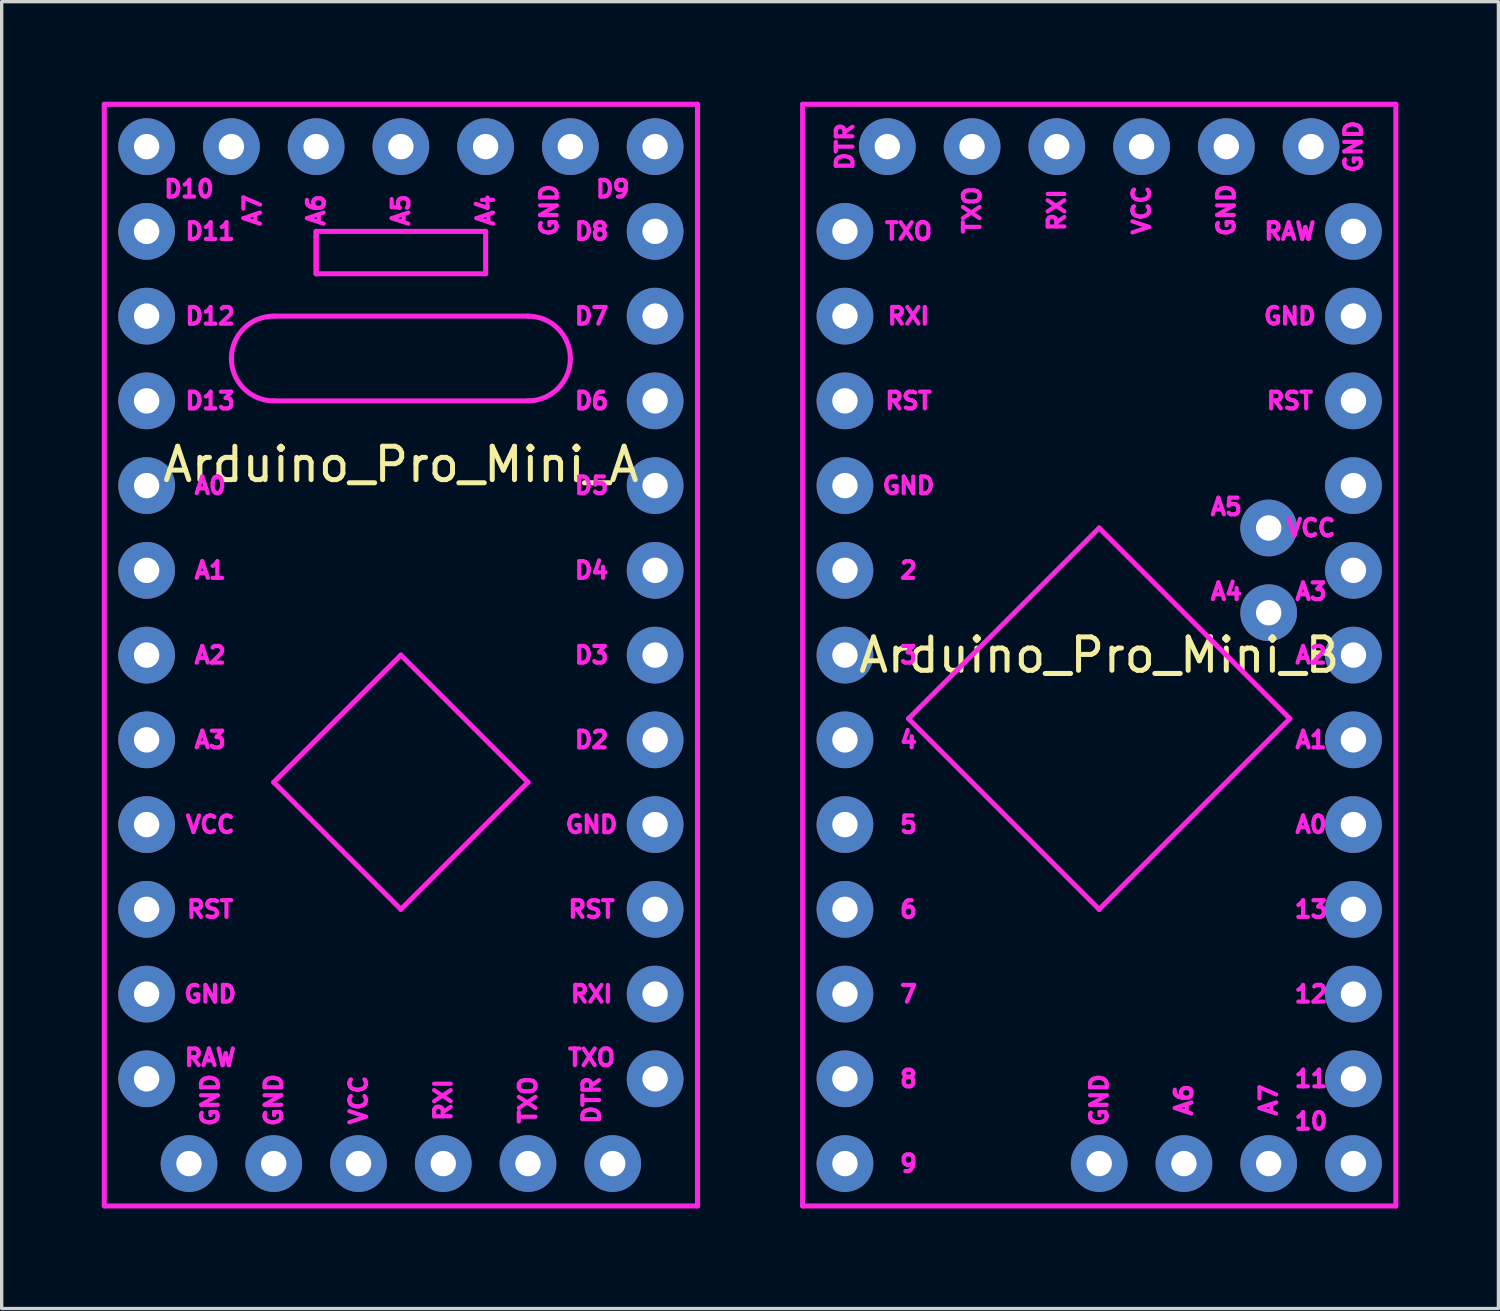
<source format=kicad_pcb>
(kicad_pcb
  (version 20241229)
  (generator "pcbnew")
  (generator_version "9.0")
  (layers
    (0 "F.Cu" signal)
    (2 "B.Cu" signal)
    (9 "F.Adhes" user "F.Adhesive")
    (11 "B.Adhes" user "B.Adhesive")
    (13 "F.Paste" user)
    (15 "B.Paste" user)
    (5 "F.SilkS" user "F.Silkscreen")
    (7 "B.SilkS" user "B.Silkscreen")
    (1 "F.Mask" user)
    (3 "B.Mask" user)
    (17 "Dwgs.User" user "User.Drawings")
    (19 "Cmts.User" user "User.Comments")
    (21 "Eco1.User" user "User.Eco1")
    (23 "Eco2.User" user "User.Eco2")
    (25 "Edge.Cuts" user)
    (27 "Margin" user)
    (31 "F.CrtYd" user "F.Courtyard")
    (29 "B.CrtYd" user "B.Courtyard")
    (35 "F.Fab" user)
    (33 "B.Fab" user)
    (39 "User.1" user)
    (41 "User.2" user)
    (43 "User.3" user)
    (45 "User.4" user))
  (footprint "Arduino_Pro_Mini_A"
    (layer "F.Cu")
    (at 1.345 29.285)
    (property "Reference" "Arduino_Pro_Mini_A" (at 7.62 -18.415 0) (layer "F.SilkS") (effects (font (size 1 1) (thickness 0.15))))
    (attr through_hole)
    (fp_line (start -1.27 -29.21) (end -1.27 3.81) (stroke (width 0.15) (type solid)) (layer "F.CrtYd"))
    (fp_line (start -1.27 3.81) (end 16.51 3.81) (stroke (width 0.15) (type solid)) (layer "F.CrtYd"))
    (fp_line (start 3.81 -22.86) (end 11.43 -22.86) (stroke (width 0.15) (type solid)) (layer "F.CrtYd"))
    (fp_line (start 3.81 -8.89) (end 7.62 -12.7) (stroke (width 0.15) (type solid)) (layer "F.CrtYd"))
    (fp_line (start 5.08 -25.4) (end 5.08 -24.13) (stroke (width 0.15) (type solid)) (layer "F.CrtYd"))
    (fp_line (start 5.08 -24.13) (end 5.08 -25.4) (stroke (width 0.15) (type solid)) (layer "F.CrtYd"))
    (fp_line (start 5.08 -24.13) (end 10.16 -24.13) (stroke (width 0.15) (type solid)) (layer "F.CrtYd"))
    (fp_line (start 7.62 -12.7) (end 11.43 -8.89) (stroke (width 0.15) (type solid)) (layer "F.CrtYd"))
    (fp_line (start 7.62 -5.08) (end 3.81 -8.89) (stroke (width 0.15) (type solid)) (layer "F.CrtYd"))
    (fp_line (start 10.16 -25.4) (end 5.08 -25.4) (stroke (width 0.15) (type solid)) (layer "F.CrtYd"))
    (fp_line (start 10.16 -24.13) (end 10.16 -25.4) (stroke (width 0.15) (type solid)) (layer "F.CrtYd"))
    (fp_line (start 11.43 -20.32) (end 3.81 -20.32) (stroke (width 0.15) (type solid)) (layer "F.CrtYd"))
    (fp_line (start 11.43 -8.89) (end 7.62 -5.08) (stroke (width 0.15) (type solid)) (layer "F.CrtYd"))
    (fp_line (start 16.51 -29.21) (end -1.27 -29.21) (stroke (width 0.15) (type solid)) (layer "F.CrtYd"))
    (fp_line (start 16.51 3.81) (end 16.51 -29.21) (stroke (width 0.15) (type solid)) (layer "F.CrtYd"))
    (fp_arc (start 2.54 -21.59) (mid 2.911974 -22.488026) (end 3.81 -22.86) (stroke (width 0.15) (type solid)) (layer "F.CrtYd"))
    (fp_arc (start 3.81 -20.32) (mid 2.911974 -20.691974) (end 2.54 -21.59) (stroke (width 0.15) (type solid)) (layer "F.CrtYd"))
    (fp_arc (start 11.43 -22.86) (mid 12.328026 -22.488026) (end 12.7 -21.59) (stroke (width 0.15) (type solid)) (layer "F.CrtYd"))
    (fp_arc (start 12.7 -21.59) (mid 12.328026 -20.691974) (end 11.43 -20.32) (stroke (width 0.15) (type solid)) (layer "F.CrtYd"))
    (fp_text user "D8" (at 13.335 -25.4 0) (layer "F.CrtYd") (effects (font (size 0.5 0.5) (thickness 0.125))))
    (fp_text user "D10" (at 1.27 -26.67 0) (layer "F.CrtYd") (effects (font (size 0.5 0.5) (thickness 0.125))))
    (fp_text user "A3" (at 1.905 -10.16 0) (layer "F.CrtYd") (effects (font (size 0.5 0.5) (thickness 0.125))))
    (fp_text user "TXO" (at 11.43 0.635 90) (layer "F.CrtYd") (effects (font (size 0.5 0.5) (thickness 0.125))))
    (fp_text user "A0" (at 1.905 -17.78 0) (layer "F.CrtYd") (effects (font (size 0.5 0.5) (thickness 0.125))))
    (fp_text user "A7" (at 3.175 -26.035 90) (layer "F.CrtYd") (effects (font (size 0.5 0.5) (thickness 0.125))))
    (fp_text user "D9" (at 13.97 -26.67 0) (layer "F.CrtYd") (effects (font (size 0.5 0.5) (thickness 0.125))))
    (fp_text user "D12" (at 1.905 -22.86 0) (layer "F.CrtYd") (effects (font (size 0.5 0.5) (thickness 0.125))))
    (fp_text user "D3" (at 13.335 -12.7 0) (layer "F.CrtYd") (effects (font (size 0.5 0.5) (thickness 0.125))))
    (fp_text user "GND" (at 12.065 -26.035 90) (layer "F.CrtYd") (effects (font (size 0.5 0.5) (thickness 0.125))))
    (fp_text user "GND" (at 3.81 0.635 90) (layer "F.CrtYd") (effects (font (size 0.5 0.5) (thickness 0.125))))
    (fp_text user "D13" (at 1.905 -20.32 0) (layer "F.CrtYd") (effects (font (size 0.5 0.5) (thickness 0.125))))
    (fp_text user "A6" (at 5.08 -26.035 90) (layer "F.CrtYd") (effects (font (size 0.5 0.5) (thickness 0.125))))
    (fp_text user "D5" (at 13.335 -17.78 0) (layer "F.CrtYd") (effects (font (size 0.5 0.5) (thickness 0.125))))
    (fp_text user "RXI" (at 8.89 0.635 90) (layer "F.CrtYd") (effects (font (size 0.5 0.5) (thickness 0.125))))
    (fp_text user "A1" (at 1.905 -15.24 0) (layer "F.CrtYd") (effects (font (size 0.5 0.5) (thickness 0.125))))
    (fp_text user "RXI" (at 13.335 -2.54 0) (layer "F.CrtYd") (effects (font (size 0.5 0.5) (thickness 0.125))))
    (fp_text user "D7" (at 13.335 -22.86 0) (layer "F.CrtYd") (effects (font (size 0.5 0.5) (thickness 0.125))))
    (fp_text user "A4" (at 10.16 -26.035 90) (layer "F.CrtYd") (effects (font (size 0.5 0.5) (thickness 0.125))))
    (fp_text user "GND" (at 1.905 -2.54 0) (layer "F.CrtYd") (effects (font (size 0.5 0.5) (thickness 0.125))))
    (fp_text user "GND" (at 13.335 -7.62 0) (layer "F.CrtYd") (effects (font (size 0.5 0.5) (thickness 0.125))))
    (fp_text user "RST" (at 1.905 -5.08 0) (layer "F.CrtYd") (effects (font (size 0.5 0.5) (thickness 0.125))))
    (fp_text user "D4" (at 13.335 -15.24 0) (layer "F.CrtYd") (effects (font (size 0.5 0.5) (thickness 0.125))))
    (fp_text user "DTR" (at 13.335 0.635 90) (layer "F.CrtYd") (effects (font (size 0.5 0.5) (thickness 0.125))))
    (fp_text user "TXO" (at 13.335 -0.635 0) (layer "F.CrtYd") (effects (font (size 0.5 0.5) (thickness 0.125))))
    (fp_text user "VCC" (at 1.905 -7.62 0) (layer "F.CrtYd") (effects (font (size 0.5 0.5) (thickness 0.125))))
    (fp_text user "A5" (at 7.62 -26.035 90) (layer "F.CrtYd") (effects (font (size 0.5 0.5) (thickness 0.125))))
    (fp_text user "VCC" (at 6.35 0.635 90) (layer "F.CrtYd") (effects (font (size 0.5 0.5) (thickness 0.125))))
    (fp_text user "D6" (at 13.335 -20.32 0) (layer "F.CrtYd") (effects (font (size 0.5 0.5) (thickness 0.125))))
    (fp_text user "D11" (at 1.905 -25.4 0) (layer "F.CrtYd") (effects (font (size 0.5 0.5) (thickness 0.125))))
    (fp_text user "GND" (at 1.905 0.635 90) (layer "F.CrtYd") (effects (font (size 0.5 0.5) (thickness 0.125))))
    (fp_text user "RAW" (at 1.905 -0.635 0) (layer "F.CrtYd") (effects (font (size 0.5 0.5) (thickness 0.125))))
    (fp_text user "D2" (at 13.335 -10.16 0) (layer "F.CrtYd") (effects (font (size 0.5 0.5) (thickness 0.125))))
    (fp_text user "RST" (at 13.335 -5.08 0) (layer "F.CrtYd") (effects (font (size 0.5 0.5) (thickness 0.125))))
    (fp_text user "A2" (at 1.905 -12.7 0) (layer "F.CrtYd") (effects (font (size 0.5 0.5) (thickness 0.125))))
    (pad "1" thru_hole circle (at 15.24 -27.94) (size 1.7 1.7) (drill 0.762) (layers "*.Cu" "*.Mask"))
    (pad "2" thru_hole circle (at 15.24 -25.4) (size 1.7 1.7) (drill 0.762) (layers "*.Cu" "*.Mask"))
    (pad "3" thru_hole circle (at 15.24 -22.86) (size 1.7 1.7) (drill 0.762) (layers "*.Cu" "*.Mask"))
    (pad "4" thru_hole circle (at 15.24 -20.32) (size 1.7 1.7) (drill 0.762) (layers "*.Cu" "*.Mask"))
    (pad "5" thru_hole circle (at 15.24 -17.78) (size 1.7 1.7) (drill 0.762) (layers "*.Cu" "*.Mask"))
    (pad "6" thru_hole circle (at 15.24 -15.24) (size 1.7 1.7) (drill 0.762) (layers "*.Cu" "*.Mask"))
    (pad "7" thru_hole circle (at 15.24 -12.7) (size 1.7 1.7) (drill 0.762) (layers "*.Cu" "*.Mask"))
    (pad "8" thru_hole circle (at 15.24 -10.16) (size 1.7 1.7) (drill 0.762) (layers "*.Cu" "*.Mask"))
    (pad "9" thru_hole circle (at 15.24 -7.62) (size 1.7 1.7) (drill 0.762) (layers "*.Cu" "*.Mask"))
    (pad "10" thru_hole circle (at 15.24 -5.08) (size 1.7 1.7) (drill 0.762) (layers "*.Cu" "*.Mask"))
    (pad "11" thru_hole circle (at 15.24 -2.54) (size 1.7 1.7) (drill 0.762) (layers "*.Cu" "*.Mask"))
    (pad "12" thru_hole circle (at 15.24 0) (size 1.7 1.7) (drill 0.762) (layers "*.Cu" "*.Mask"))
    (pad "13" thru_hole circle (at 0 0) (size 1.7 1.7) (drill 0.762) (layers "*.Cu" "*.Mask"))
    (pad "14" thru_hole circle (at 0 -2.54) (size 1.7 1.7) (drill 0.762) (layers "*.Cu" "*.Mask"))
    (pad "15" thru_hole circle (at 0 -5.08) (size 1.7 1.7) (drill 0.762) (layers "*.Cu" "*.Mask"))
    (pad "16" thru_hole circle (at 0 -7.62) (size 1.7 1.7) (drill 0.762) (layers "*.Cu" "*.Mask"))
    (pad "17" thru_hole circle (at 0 -10.16) (size 1.7 1.7) (drill 0.762) (layers "*.Cu" "*.Mask"))
    (pad "18" thru_hole circle (at 0 -12.7) (size 1.7 1.7) (drill 0.762) (layers "*.Cu" "*.Mask"))
    (pad "19" thru_hole circle (at 0 -15.24) (size 1.7 1.7) (drill 0.762) (layers "*.Cu" "*.Mask"))
    (pad "20" thru_hole circle (at 0 -17.78) (size 1.7 1.7) (drill 0.762) (layers "*.Cu" "*.Mask"))
    (pad "21" thru_hole circle (at 0 -20.32) (size 1.7 1.7) (drill 0.762) (layers "*.Cu" "*.Mask"))
    (pad "22" thru_hole circle (at 0 -22.86) (size 1.7 1.7) (drill 0.762) (layers "*.Cu" "*.Mask"))
    (pad "23" thru_hole circle (at 0 -25.4) (size 1.7 1.7) (drill 0.762) (layers "*.Cu" "*.Mask"))
    (pad "24" thru_hole circle (at 0 -27.94) (size 1.7 1.7) (drill 0.762) (layers "*.Cu" "*.Mask"))
    (pad "25" thru_hole circle (at 10.16 -27.94) (size 1.7 1.7) (drill 0.762) (layers "*.Cu" "*.Mask"))
    (pad "26" thru_hole circle (at 7.62 -27.94) (size 1.7 1.7) (drill 0.762) (layers "*.Cu" "*.Mask"))
    (pad "27" thru_hole circle (at 5.08 -27.94) (size 1.7 1.7) (drill 0.762) (layers "*.Cu" "*.Mask"))
    (pad "28" thru_hole circle (at 2.54 -27.94) (size 1.7 1.7) (drill 0.762) (layers "*.Cu" "*.Mask"))
    (pad "29" thru_hole circle (at 12.7 -27.94) (size 1.7 1.7) (drill 0.762) (layers "*.Cu" "*.Mask"))
    (pad "31" thru_hole circle (at 6.35 2.54) (size 1.7 1.7) (drill 0.762) (layers "*.Cu" "*.Mask"))
    (pad "32" thru_hole circle (at 8.89 2.54) (size 1.7 1.7) (drill 0.762) (layers "*.Cu" "*.Mask"))
    (pad "33" thru_hole circle (at 11.43 2.54) (size 1.7 1.7) (drill 0.762) (layers "*.Cu" "*.Mask"))
    (pad "34" thru_hole circle (at 13.97 2.54) (size 1.7 1.7) (drill 0.762) (layers "*.Cu" "*.Mask"))
    (pad "36" thru_hole circle (at 1.27 2.54) (size 1.7 1.7) (drill 0.762) (layers "*.Cu" "*.Mask"))
    (pad "36" thru_hole circle (at 3.81 2.54) (size 1.7 1.7) (drill 0.762) (layers "*.Cu" "*.Mask")))
  (footprint "Arduino_Pro_Mini_B"
    (layer "F.Cu")
    (at 22.275 31.825)
    (property "Reference" "Arduino_Pro_Mini_B" (at 7.62 -15.24 0) (layer "F.SilkS") (effects (font (size 1 1) (thickness 0.15))))
    (attr through_hole)
    (fp_line (start -1.27 -31.75) (end -1.27 1.27) (stroke (width 0.15) (type solid)) (layer "F.CrtYd"))
    (fp_line (start -1.27 1.27) (end 16.51 1.27) (stroke (width 0.15) (type solid)) (layer "F.CrtYd"))
    (fp_line (start 1.905 -13.335) (end 7.62 -7.62) (stroke (width 0.15) (type solid)) (layer "F.CrtYd"))
    (fp_line (start 7.62 -19.05) (end 1.905 -13.335) (stroke (width 0.15) (type solid)) (layer "F.CrtYd"))
    (fp_line (start 7.62 -7.62) (end 13.335 -13.335) (stroke (width 0.15) (type solid)) (layer "F.CrtYd"))
    (fp_line (start 13.335 -13.335) (end 7.62 -19.05) (stroke (width 0.15) (type solid)) (layer "F.CrtYd"))
    (fp_line (start 16.51 -31.75) (end -1.27 -31.75) (stroke (width 0.15) (type solid)) (layer "F.CrtYd"))
    (fp_line (start 16.51 1.27) (end 16.51 -31.75) (stroke (width 0.15) (type solid)) (layer "F.CrtYd"))
    (fp_text user "10" (at 13.97 -1.27 180) (layer "F.CrtYd") (effects (font (size 0.5 0.5) (thickness 0.125))))
    (fp_text user "RXI" (at 6.35 -28.575 90) (layer "F.CrtYd") (effects (font (size 0.5 0.5) (thickness 0.125))))
    (fp_text user "9" (at 1.905 0 0) (layer "F.CrtYd") (effects (font (size 0.5 0.5) (thickness 0.125))))
    (fp_text user "2" (at 1.905 -17.78 0) (layer "F.CrtYd") (effects (font (size 0.5 0.5) (thickness 0.125))))
    (fp_text user "11" (at 13.97 -2.54 180) (layer "F.CrtYd") (effects (font (size 0.5 0.5) (thickness 0.125))))
    (fp_text user "VCC" (at 8.89 -28.575 90) (layer "F.CrtYd") (effects (font (size 0.5 0.5) (thickness 0.125))))
    (fp_text user "5" (at 1.905 -10.16 0) (layer "F.CrtYd") (effects (font (size 0.5 0.5) (thickness 0.125))))
    (fp_text user "RST" (at 13.335 -22.86 0) (layer "F.CrtYd") (effects (font (size 0.5 0.5) (thickness 0.125))))
    (fp_text user "TXO" (at 3.81 -28.575 90) (layer "F.CrtYd") (effects (font (size 0.5 0.5) (thickness 0.125))))
    (fp_text user "GND" (at 11.43 -28.575 90) (layer "F.CrtYd") (effects (font (size 0.5 0.5) (thickness 0.125))))
    (fp_text user "A0" (at 13.97 -10.16 0) (layer "F.CrtYd") (effects (font (size 0.5 0.5) (thickness 0.125))))
    (fp_text user "A2" (at 13.97 -15.24 0) (layer "F.CrtYd") (effects (font (size 0.5 0.5) (thickness 0.125))))
    (fp_text user "3" (at 1.905 -15.24 0) (layer "F.CrtYd") (effects (font (size 0.5 0.5) (thickness 0.125))))
    (fp_text user "A1" (at 13.97 -12.7 0) (layer "F.CrtYd") (effects (font (size 0.5 0.5) (thickness 0.125))))
    (fp_text user "GND" (at 7.62 -1.905 90) (layer "F.CrtYd") (effects (font (size 0.5 0.5) (thickness 0.125))))
    (fp_text user "TXO" (at 1.905 -27.94 180) (layer "F.CrtYd") (effects (font (size 0.5 0.5) (thickness 0.125))))
    (fp_text user "A5" (at 11.43 -19.685 0) (layer "F.CrtYd") (effects (font (size 0.5 0.5) (thickness 0.125))))
    (fp_text user "4" (at 1.905 -12.7 0) (layer "F.CrtYd") (effects (font (size 0.5 0.5) (thickness 0.125))))
    (fp_text user "A4" (at 11.43 -17.145 0) (layer "F.CrtYd") (effects (font (size 0.5 0.5) (thickness 0.125))))
    (fp_text user "GND" (at 15.24 -30.48 90) (layer "F.CrtYd") (effects (font (size 0.5 0.5) (thickness 0.125))))
    (fp_text user "A6" (at 10.16 -1.905 90) (layer "F.CrtYd") (effects (font (size 0.5 0.5) (thickness 0.125))))
    (fp_text user "A7" (at 12.7 -1.905 90) (layer "F.CrtYd") (effects (font (size 0.5 0.5) (thickness 0.125))))
    (fp_text user "GND" (at 13.335 -25.4 0) (layer "F.CrtYd") (effects (font (size 0.5 0.5) (thickness 0.125))))
    (fp_text user "GND" (at 1.905 -20.32 0) (layer "F.CrtYd") (effects (font (size 0.5 0.5) (thickness 0.125))))
    (fp_text user "12" (at 13.97 -5.08 0) (layer "F.CrtYd") (effects (font (size 0.5 0.5) (thickness 0.125))))
    (fp_text user "7" (at 1.905 -5.08 0) (layer "F.CrtYd") (effects (font (size 0.5 0.5) (thickness 0.125))))
    (fp_text user "13" (at 13.97 -7.62 0) (layer "F.CrtYd") (effects (font (size 0.5 0.5) (thickness 0.125))))
    (fp_text user "RXI" (at 1.905 -25.4 180) (layer "F.CrtYd") (effects (font (size 0.5 0.5) (thickness 0.125))))
    (fp_text user "8" (at 1.905 -2.54 0) (layer "F.CrtYd") (effects (font (size 0.5 0.5) (thickness 0.125))))
    (fp_text user "A3" (at 13.97 -17.145 0) (layer "F.CrtYd") (effects (font (size 0.5 0.5) (thickness 0.125))))
    (fp_text user "VCC" (at 13.97 -19.05 0) (layer "F.CrtYd") (effects (font (size 0.5 0.5) (thickness 0.125))))
    (fp_text user "RST" (at 1.905 -22.86 0) (layer "F.CrtYd") (effects (font (size 0.5 0.5) (thickness 0.125))))
    (fp_text user "DTR" (at 0 -30.48 90) (layer "F.CrtYd") (effects (font (size 0.5 0.5) (thickness 0.125))))
    (fp_text user "RAW" (at 13.335 -27.94 0) (layer "F.CrtYd") (effects (font (size 0.5 0.5) (thickness 0.125))))
    (fp_text user "6" (at 1.905 -7.62 0) (layer "F.CrtYd") (effects (font (size 0.5 0.5) (thickness 0.125))))
    (pad "1" thru_hole circle (at 0 0) (size 1.7 1.7) (drill 0.762) (layers "*.Cu" "*.Mask"))
    (pad "2" thru_hole circle (at 0 -2.54) (size 1.7 1.7) (drill 0.762) (layers "*.Cu" "*.Mask"))
    (pad "2o" thru_hole circle (at 15.24 -10.16) (size 1.7 1.7) (drill 0.762) (layers "*.Cu" "*.Mask"))
    (pad "3" thru_hole circle (at 0 -5.08) (size 1.7 1.7) (drill 0.762) (layers "*.Cu" "*.Mask"))
    (pad "4" thru_hole circle (at 0 -7.62) (size 1.7 1.7) (drill 0.762) (layers "*.Cu" "*.Mask"))
    (pad "5" thru_hole circle (at 0 -10.16) (size 1.7 1.7) (drill 0.762) (layers "*.Cu" "*.Mask"))
    (pad "6" thru_hole circle (at 0 -12.7) (size 1.7 1.7) (drill 0.762) (layers "*.Cu" "*.Mask"))
    (pad "7" thru_hole circle (at 0 -15.24) (size 1.7 1.7) (drill 0.762) (layers "*.Cu" "*.Mask"))
    (pad "8" thru_hole circle (at 0 -17.78) (size 1.7 1.7) (drill 0.762) (layers "*.Cu" "*.Mask"))
    (pad "9" thru_hole circle (at 0 -20.32) (size 1.7 1.7) (drill 0.762) (layers "*.Cu" "*.Mask"))
    (pad "10" thru_hole circle (at 0 -22.86) (size 1.7 1.7) (drill 0.762) (layers "*.Cu" "*.Mask"))
    (pad "11" thru_hole circle (at 0 -25.4) (size 1.7 1.7) (drill 0.762) (layers "*.Cu" "*.Mask"))
    (pad "12" thru_hole circle (at 0 -27.94) (size 1.7 1.7) (drill 0.762) (layers "*.Cu" "*.Mask"))
    (pad "13" thru_hole circle (at 15.24 -27.94) (size 1.7 1.7) (drill 0.762) (layers "*.Cu" "*.Mask"))
    (pad "14" thru_hole circle (at 15.24 -25.4) (size 1.7 1.7) (drill 0.762) (layers "*.Cu" "*.Mask"))
    (pad "15" thru_hole circle (at 15.24 -22.86) (size 1.7 1.7) (drill 0.762) (layers "*.Cu" "*.Mask"))
    (pad "16" thru_hole circle (at 15.24 -20.32) (size 1.7 1.7) (drill 0.762) (layers "*.Cu" "*.Mask"))
    (pad "17" thru_hole circle (at 15.24 -17.78) (size 1.7 1.7) (drill 0.762) (layers "*.Cu" "*.Mask"))
    (pad "18" thru_hole circle (at 15.24 -15.24) (size 1.7 1.7) (drill 0.762) (layers "*.Cu" "*.Mask"))
    (pad "19" thru_hole circle (at 15.24 -12.7) (size 1.7 1.7) (drill 0.762) (layers "*.Cu" "*.Mask"))
    (pad "21" thru_hole circle (at 15.24 -7.62) (size 1.7 1.7) (drill 0.762) (layers "*.Cu" "*.Mask"))
    (pad "22" thru_hole circle (at 15.24 -5.08) (size 1.7 1.7) (drill 0.762) (layers "*.Cu" "*.Mask"))
    (pad "23" thru_hole circle (at 15.24 -2.54) (size 1.7 1.7) (drill 0.762) (layers "*.Cu" "*.Mask"))
    (pad "24" thru_hole circle (at 15.24 0) (size 1.7 1.7) (drill 0.762) (layers "*.Cu" "*.Mask"))
    (pad "25" thru_hole circle (at 12.7 -16.51) (size 1.7 1.7) (drill 0.762) (layers "*.Cu" "*.Mask"))
    (pad "26" thru_hole circle (at 12.7 -19.05) (size 1.7 1.7) (drill 0.762) (layers "*.Cu" "*.Mask"))
    (pad "27" thru_hole circle (at 10.16 0) (size 1.7 1.7) (drill 0.762) (layers "*.Cu" "*.Mask"))
    (pad "28" thru_hole circle (at 12.7 0) (size 1.7 1.7) (drill 0.762) (layers "*.Cu" "*.Mask"))
    (pad "29" thru_hole circle (at 7.62 0) (size 1.7 1.7) (drill 0.762) (layers "*.Cu" "*.Mask"))
    (pad "29" thru_hole circle (at 11.43 -30.48) (size 1.7 1.7) (drill 0.762) (layers "*.Cu" "*.Mask"))
    (pad "29" thru_hole circle (at 13.97 -30.48) (size 1.7 1.7) (drill 0.762) (layers "*.Cu" "*.Mask"))
    (pad "31" thru_hole circle (at 8.89 -30.48) (size 1.7 1.7) (drill 0.762) (layers "*.Cu" "*.Mask"))
    (pad "32" thru_hole circle (at 3.81 -30.48) (size 1.7 1.7) (drill 0.762) (layers "*.Cu" "*.Mask"))
    (pad "33" thru_hole circle (at 6.35 -30.48) (size 1.7 1.7) (drill 0.762) (layers "*.Cu" "*.Mask"))
    (pad "34" thru_hole circle (at 1.27 -30.48) (size 1.7 1.7) (drill 0.762) (layers "*.Cu" "*.Mask")))
  (gr_rect
    (start -3 -3)
    (end 41.86 36.17)
    (stroke (width 0.1) (type default))
    (fill no)
    (layer "Edge.Cuts")))
</source>
